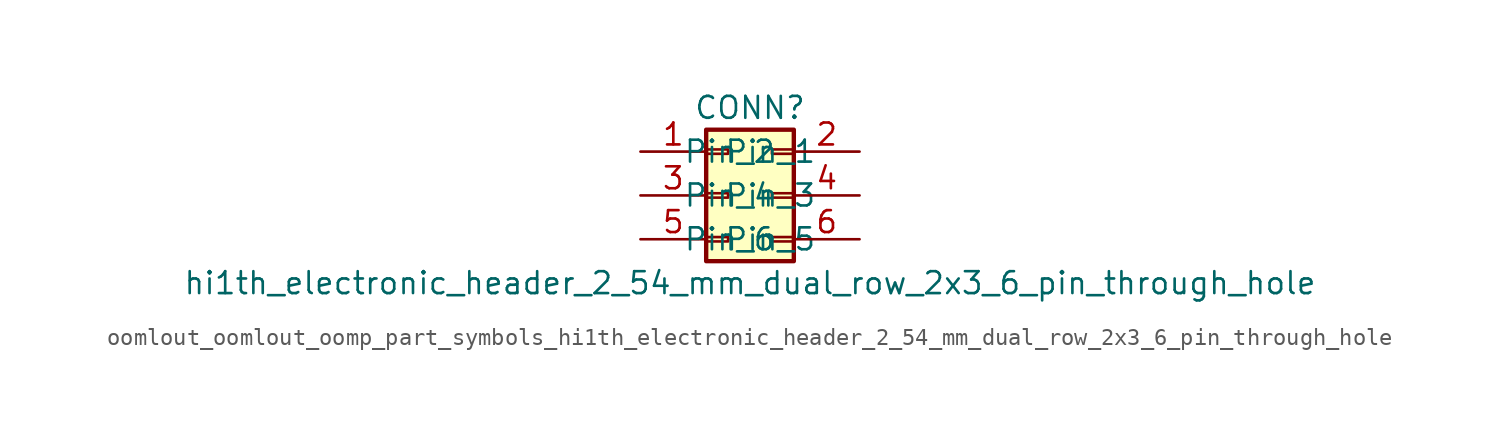
<source format=kicad_sym>
(kicad_symbol_lib
  (version 20220914)
  (generator kicad_symbol_editor)
  (symbol "oomlout_oomlout_oomp_part_symbols_hi1th_electronic_header_2_54_mm_dual_row_2x3_6_pin_through_hole"
    (pin_names
      (offset 1.016))
    (property "Reference" "CONN"
      (at 1.27 5.08 0)
      (effects (font (size 1.27 1.27))))
    (property "Value" "hi1th_electronic_header_2_54_mm_dual_row_2x3_6_pin_through_hole"
      (at 1.27 -5.08 0)
      (effects (font (size 1.27 1.27))))
    (symbol "oomlout_oomlout_oomp_part_symbols_hi1th_electronic_header_2_54_mm_dual_row_2x3_6_pin_through_hole_1_1"
      (rectangle (start -1.27 -2.413) (end 0 -2.667) (stroke (width 0.152) (type default)) (fill (type none)))
      (rectangle (start -1.27 0.127) (end 0 -0.127) (stroke (width 0.152) (type default)) (fill (type none)))
      (rectangle (start -1.27 2.667) (end 0 2.413) (stroke (width 0.152) (type default)) (fill (type none)))
      (rectangle (start -1.27 3.81) (end 3.81 -3.81) (stroke (width 0.254) (type default)) (fill (type background)))
      (rectangle (start 3.81 -2.413) (end 2.54 -2.667) (stroke (width 0.152) (type default)) (fill (type none)))
      (rectangle (start 3.81 0.127) (end 2.54 -0.127) (stroke (width 0.152) (type default)) (fill (type none)))
      (rectangle (start 3.81 2.667) (end 2.54 2.413) (stroke (width 0.152) (type default)) (fill (type none)))
      (pin passive line (at -5.08 2.54 0) (length 3.81) (name "Pin_1" (effects (font (size 1.27 1.27)))) (number "1" (effects (font (size 1.27 1.27)))))
      (pin passive line (at 7.62 2.54 180) (length 3.81) (name "Pin_2" (effects (font (size 1.27 1.27)))) (number "2" (effects (font (size 1.27 1.27)))))
      (pin passive line (at -5.08 0 0) (length 3.81) (name "Pin_3" (effects (font (size 1.27 1.27)))) (number "3" (effects (font (size 1.27 1.27)))))
      (pin passive line (at 7.62 0 180) (length 3.81) (name "Pin_4" (effects (font (size 1.27 1.27)))) (number "4" (effects (font (size 1.27 1.27)))))
      (pin passive line (at -5.08 -2.54 0) (length 3.81) (name "Pin_5" (effects (font (size 1.27 1.27)))) (number "5" (effects (font (size 1.27 1.27)))))
      (pin passive line (at 7.62 -2.54 180) (length 3.81) (name "Pin_6" (effects (font (size 1.27 1.27)))) (number "6" (effects (font (size 1.27 1.27))))))))
</source>
